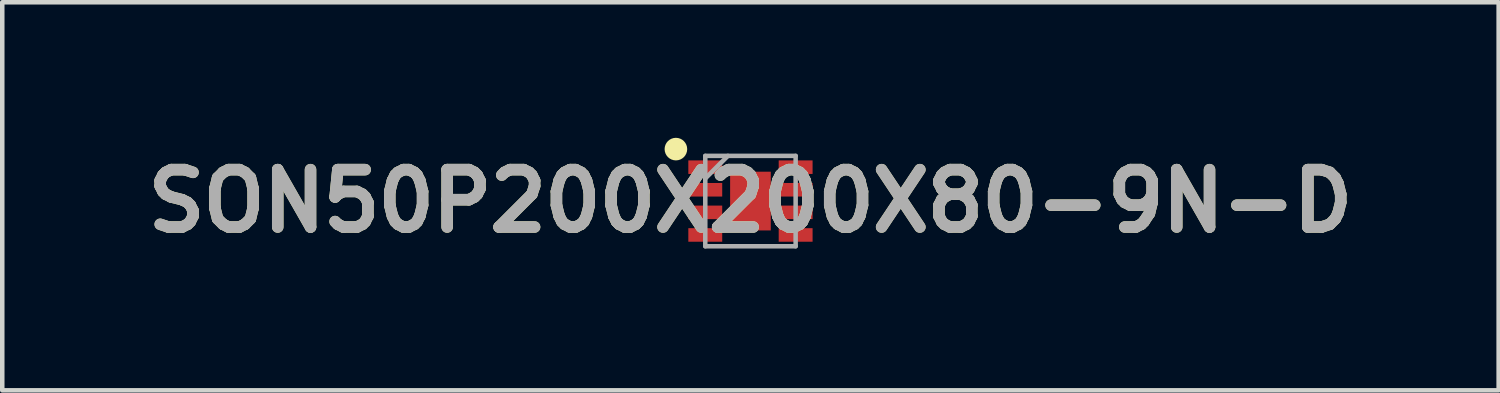
<source format=kicad_pcb>
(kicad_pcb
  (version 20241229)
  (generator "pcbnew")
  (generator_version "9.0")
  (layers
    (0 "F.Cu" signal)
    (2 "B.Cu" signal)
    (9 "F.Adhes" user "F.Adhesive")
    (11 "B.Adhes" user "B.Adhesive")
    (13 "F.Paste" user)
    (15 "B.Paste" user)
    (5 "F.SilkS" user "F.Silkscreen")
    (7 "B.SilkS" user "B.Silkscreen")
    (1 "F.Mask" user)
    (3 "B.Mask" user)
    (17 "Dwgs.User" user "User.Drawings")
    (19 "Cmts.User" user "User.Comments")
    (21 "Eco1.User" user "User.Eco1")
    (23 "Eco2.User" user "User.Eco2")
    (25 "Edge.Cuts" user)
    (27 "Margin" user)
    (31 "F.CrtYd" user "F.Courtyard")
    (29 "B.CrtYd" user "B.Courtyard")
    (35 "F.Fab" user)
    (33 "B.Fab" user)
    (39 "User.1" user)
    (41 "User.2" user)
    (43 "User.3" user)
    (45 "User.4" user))
  (footprint "SON50P200X200X80-9N-D"
    (layer "F.Cu")
    (at 13.559 1.4)
    (property "Reference" "SON50P200X200X80-9N-D" (at 0 0 0) (layer "F.SilkS") (effects (font (size 1.27 1.27) (thickness 0.254))))
    (attr smd)
    (fp_circle (center -1.65 -1.15) (end -1.65 -1.025) (stroke (width 0.25) (type solid)) (fill no) (layer "F.SilkS"))
    (fp_line (start -1 -1) (end 1 -1) (stroke (width 0.1) (type solid)) (layer "F.Fab"))
    (fp_line (start -1 -0.5) (end -0.5 -1) (stroke (width 0.1) (type solid)) (layer "F.Fab"))
    (fp_line (start -1 1) (end -1 -1) (stroke (width 0.1) (type solid)) (layer "F.Fab"))
    (fp_line (start 1 -1) (end 1 1) (stroke (width 0.1) (type solid)) (layer "F.Fab"))
    (fp_line (start 1 1) (end -1 1) (stroke (width 0.1) (type solid)) (layer "F.Fab"))
    (fp_text user "${REFERENCE}" (at 0 0 0) (layer "F.Fab") (effects (font (size 1.27 1.27) (thickness 0.254))))
    (pad "1" smd rect (at -1 -0.75 90) (size 0.3 0.75) (layers "F.Cu" "F.Mask" "F.Paste"))
    (pad "2" smd rect (at -1 -0.25 90) (size 0.3 0.75) (layers "F.Cu" "F.Mask" "F.Paste"))
    (pad "3" smd rect (at -1 0.25 90) (size 0.3 0.75) (layers "F.Cu" "F.Mask" "F.Paste"))
    (pad "4" smd rect (at -1 0.75 90) (size 0.3 0.75) (layers "F.Cu" "F.Mask" "F.Paste"))
    (pad "5" smd rect (at 1 0.75 90) (size 0.3 0.75) (layers "F.Cu" "F.Mask" "F.Paste"))
    (pad "6" smd rect (at 1 0.25 90) (size 0.3 0.75) (layers "F.Cu" "F.Mask" "F.Paste"))
    (pad "7" smd rect (at 1 -0.25 90) (size 0.3 0.75) (layers "F.Cu" "F.Mask" "F.Paste"))
    (pad "8" smd rect (at 1 -0.75 90) (size 0.3 0.75) (layers "F.Cu" "F.Mask" "F.Paste"))
    (pad "9" smd rect (at 0 0) (size 0.9 1.3) (layers "F.Cu" "F.Mask" "F.Paste")))
  (gr_rect
    (start -3 -3)
    (end 30.118 5.589)
    (stroke (width 0.1) (type default))
    (fill no)
    (layer "Edge.Cuts")))
</source>
